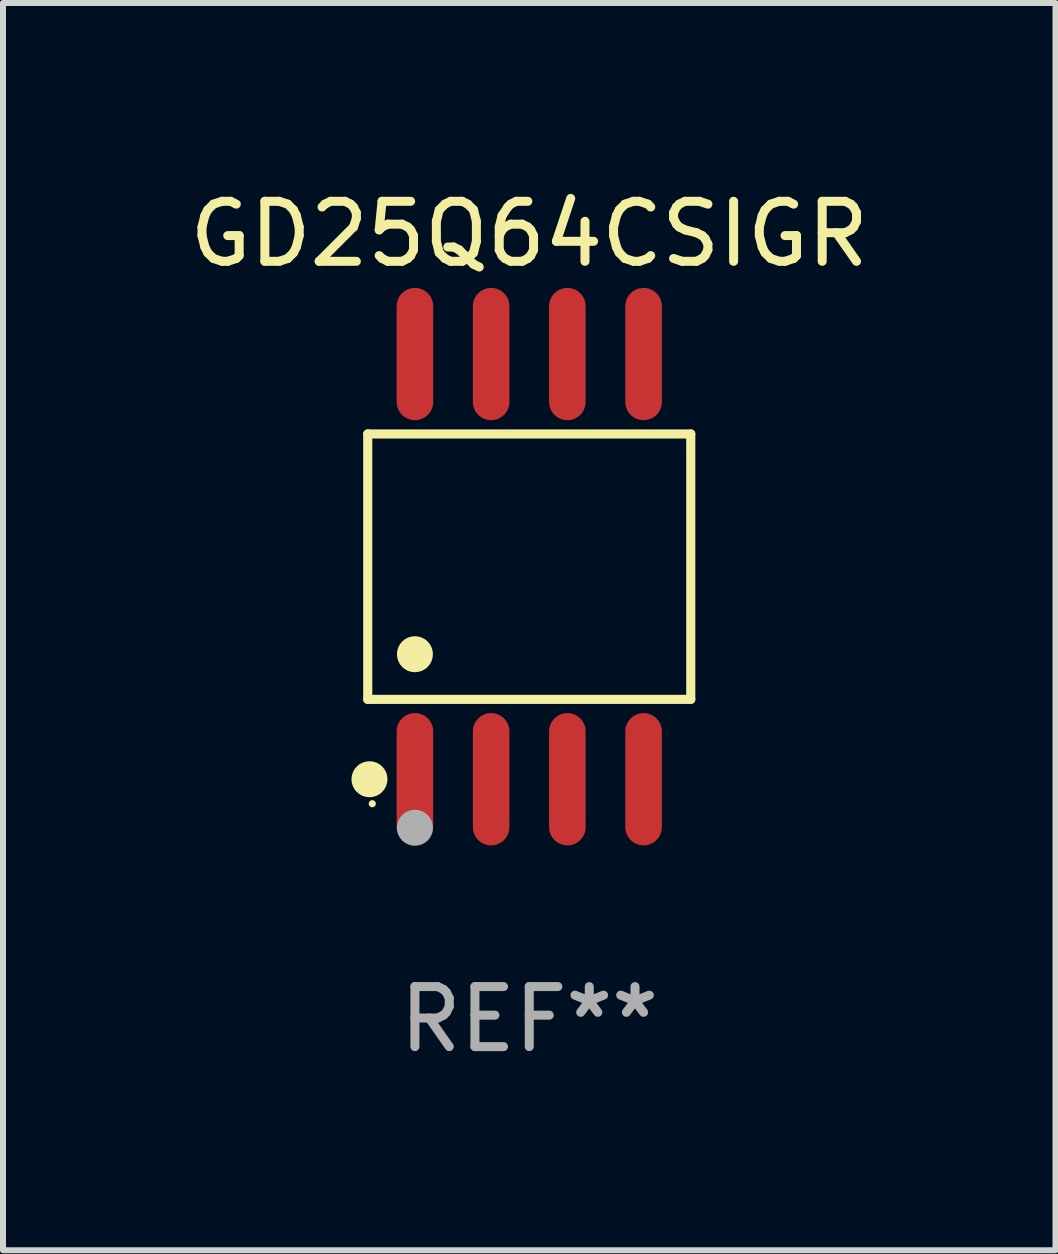
<source format=kicad_pcb>
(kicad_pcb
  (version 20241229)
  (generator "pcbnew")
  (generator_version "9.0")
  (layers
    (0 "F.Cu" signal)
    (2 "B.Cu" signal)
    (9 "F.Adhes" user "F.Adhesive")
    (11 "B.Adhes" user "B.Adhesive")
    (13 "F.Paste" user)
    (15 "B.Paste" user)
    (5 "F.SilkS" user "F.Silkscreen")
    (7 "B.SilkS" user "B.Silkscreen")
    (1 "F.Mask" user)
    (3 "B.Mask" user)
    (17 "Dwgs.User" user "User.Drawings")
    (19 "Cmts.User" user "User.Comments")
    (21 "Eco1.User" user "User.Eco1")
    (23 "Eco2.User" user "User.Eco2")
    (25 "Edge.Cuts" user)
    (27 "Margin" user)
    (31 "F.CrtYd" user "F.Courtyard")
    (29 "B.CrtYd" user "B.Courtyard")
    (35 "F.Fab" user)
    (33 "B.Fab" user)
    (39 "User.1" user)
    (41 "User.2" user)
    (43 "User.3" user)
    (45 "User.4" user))
  (footprint "GD25Q64CSIGR"
    (layer "F.Cu")
    (at 5.768 6.391)
    (property "Reference" "GD25Q64CSIGR" (at 0 -5.542 0) (layer "F.SilkS") (effects (font (size 1 1) (thickness 0.15))))
    (attr through_hole)
    (fp_line (start -2.691 -2.211) (end 2.691 -2.211) (stroke (width 0.152) (type solid)) (layer "F.SilkS"))
    (fp_line (start -2.691 2.211) (end -2.691 -2.211) (stroke (width 0.152) (type solid)) (layer "F.SilkS"))
    (fp_line (start 2.691 -2.211) (end 2.691 2.211) (stroke (width 0.152) (type solid)) (layer "F.SilkS"))
    (fp_line (start 2.691 2.211) (end -2.691 2.211) (stroke (width 0.152) (type solid)) (layer "F.SilkS"))
    (fp_circle (center -2.662 3.542) (end -2.512 3.542) (stroke (width 0.3) (type solid)) (fill no) (layer "F.SilkS"))
    (fp_circle (center -2.615 3.95) (end -2.585 3.95) (stroke (width 0.06) (type solid)) (fill no) (layer "F.SilkS"))
    (fp_circle (center -1.905 1.459) (end -1.755 1.459) (stroke (width 0.3) (type solid)) (fill no) (layer "F.SilkS"))
    (fp_circle (center -1.905 4.35) (end -1.755 4.35) (stroke (width 0.3) (type solid)) (fill no) (layer "F.Fab"))
    (fp_text user "REF**" (at 0 7.542 0) (layer "F.Fab") (effects (font (size 1 1) (thickness 0.15))))
    (pad "1" smd oval (at -1.905 3.542) (size 0.609 2.204) (layers "F.Cu" "F.Mask" "F.Paste"))
    (pad "2" smd oval (at -0.635 3.542) (size 0.609 2.204) (layers "F.Cu" "F.Mask" "F.Paste"))
    (pad "3" smd oval (at 0.635 3.542) (size 0.609 2.204) (layers "F.Cu" "F.Mask" "F.Paste"))
    (pad "4" smd oval (at 1.905 3.542) (size 0.609 2.204) (layers "F.Cu" "F.Mask" "F.Paste"))
    (pad "5" smd oval (at 1.905 -3.542) (size 0.609 2.204) (layers "F.Cu" "F.Mask" "F.Paste"))
    (pad "6" smd oval (at 0.635 -3.542) (size 0.609 2.204) (layers "F.Cu" "F.Mask" "F.Paste"))
    (pad "7" smd oval (at -0.635 -3.542) (size 0.609 2.204) (layers "F.Cu" "F.Mask" "F.Paste"))
    (pad "8" smd oval (at -1.905 -3.542) (size 0.609 2.204) (layers "F.Cu" "F.Mask" "F.Paste")))
  (gr_rect
    (start -3 -3)
    (end 14.536 17.781)
    (stroke (width 0.1) (type default))
    (fill no)
    (layer "Edge.Cuts")))
</source>
